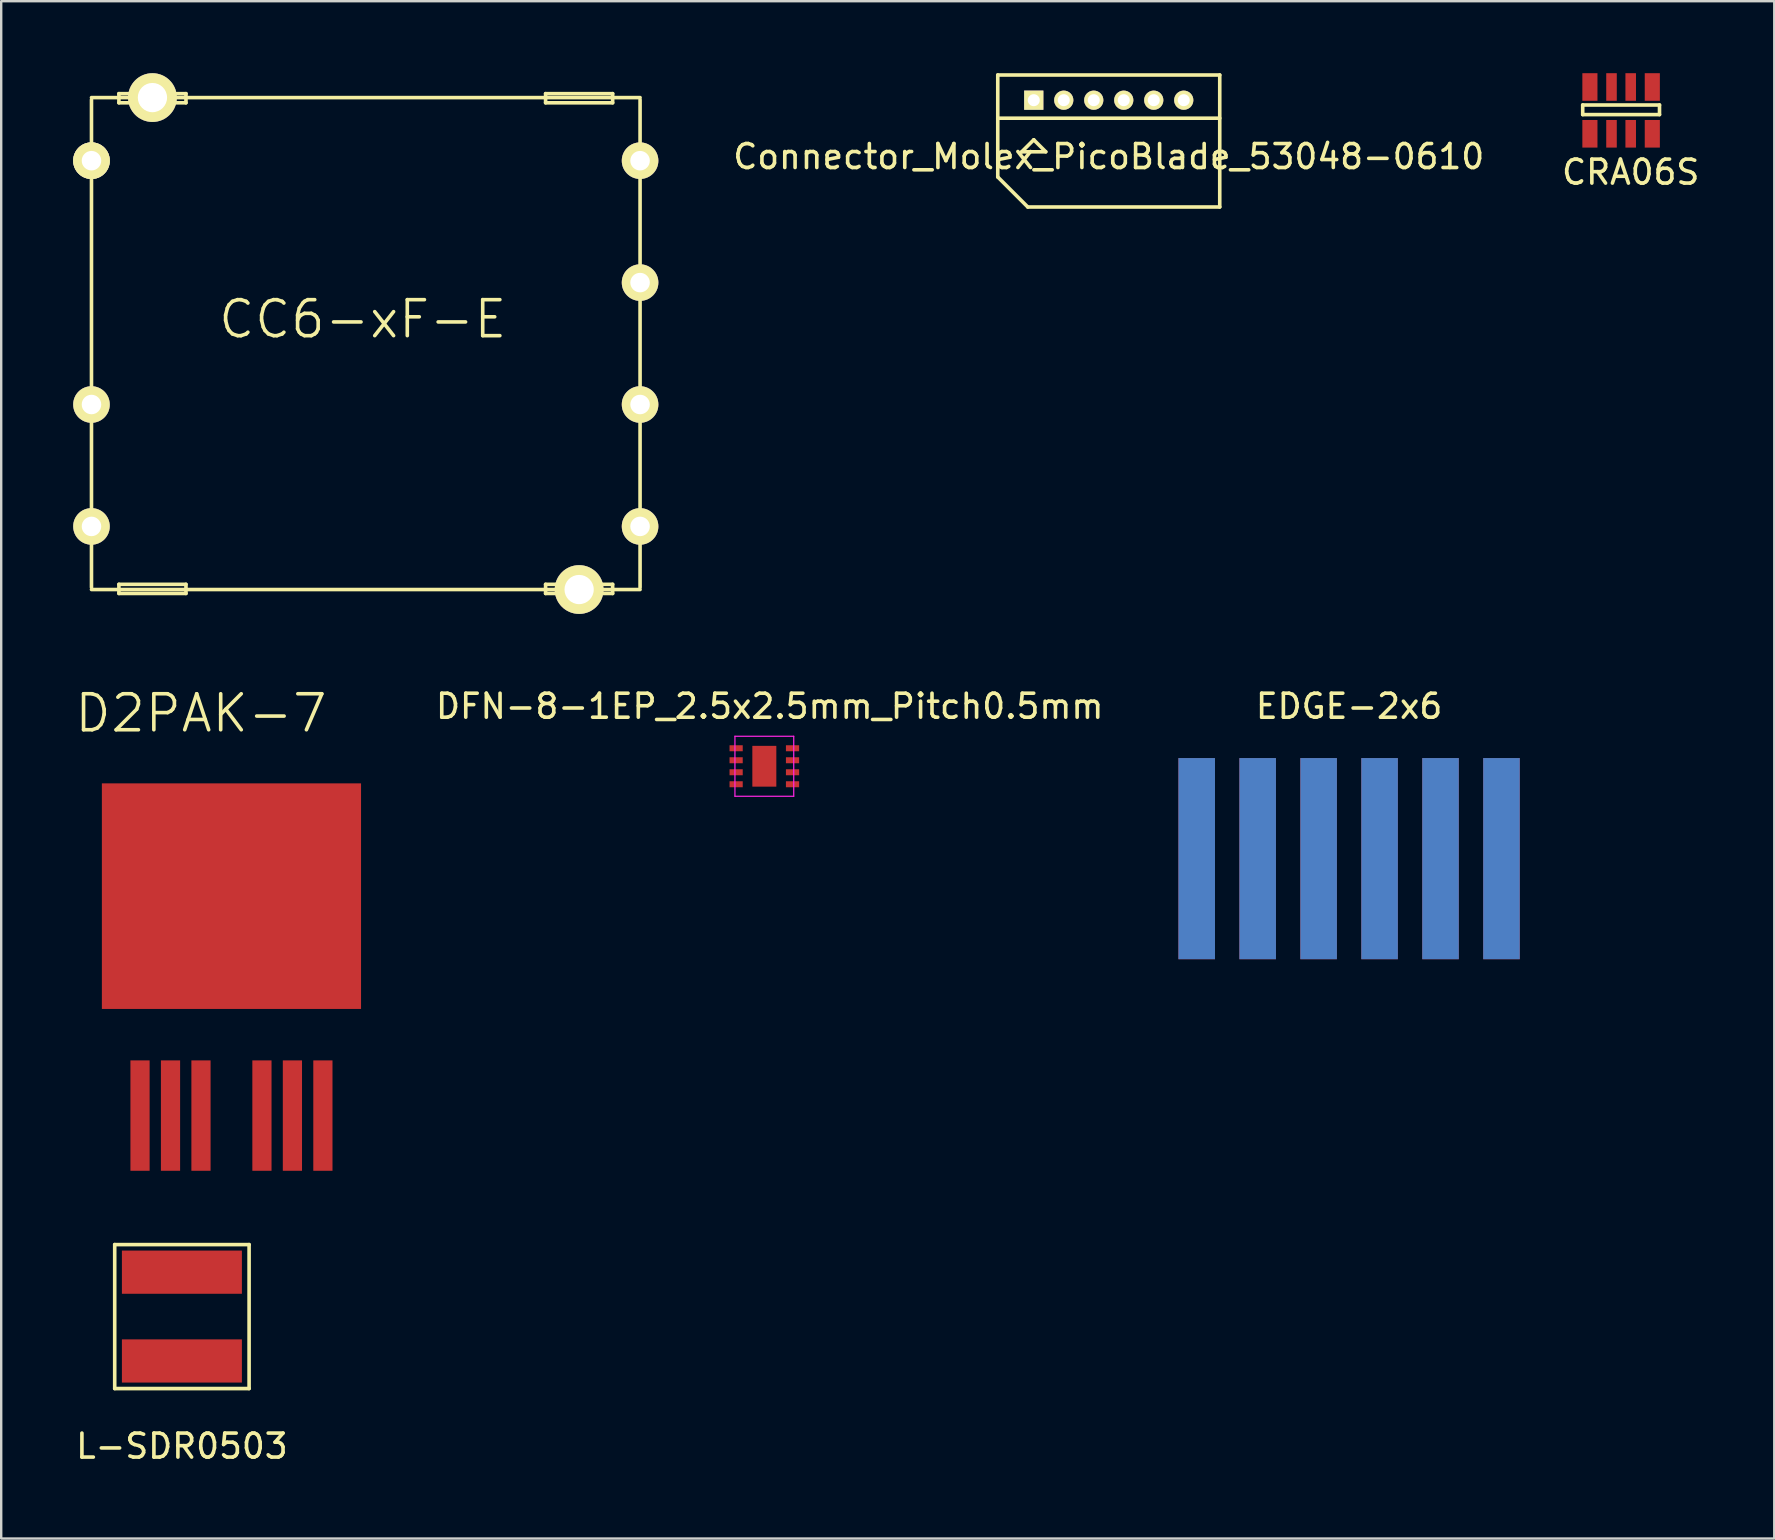
<source format=kicad_pcb>
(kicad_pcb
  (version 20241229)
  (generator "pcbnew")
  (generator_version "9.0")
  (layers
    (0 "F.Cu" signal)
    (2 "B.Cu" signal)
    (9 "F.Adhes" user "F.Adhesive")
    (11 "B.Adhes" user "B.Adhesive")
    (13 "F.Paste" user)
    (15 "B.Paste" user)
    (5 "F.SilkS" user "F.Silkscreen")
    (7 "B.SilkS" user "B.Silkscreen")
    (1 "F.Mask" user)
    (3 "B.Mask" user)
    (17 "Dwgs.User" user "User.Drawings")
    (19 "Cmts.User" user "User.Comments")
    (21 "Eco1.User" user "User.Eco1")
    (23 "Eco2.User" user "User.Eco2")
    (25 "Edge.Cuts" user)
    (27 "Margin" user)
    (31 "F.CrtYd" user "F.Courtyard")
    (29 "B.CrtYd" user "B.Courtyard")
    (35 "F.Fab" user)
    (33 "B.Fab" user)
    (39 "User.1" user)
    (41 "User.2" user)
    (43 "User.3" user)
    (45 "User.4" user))
  (footprint "D2PAK-7"
    (layer "F.Cu")
    (at 6.595 34.293)
    (property "Reference" "D2PAK-7" (at -1.27 -7.62 0) (layer "F.SilkS") (effects (font (size 1.5 1.5) (thickness 0.15))))
    (attr through_hole)
    (pad "D" smd rect (at 0 0) (size 10.8 9.4) (layers "F.Cu" "F.Mask" "F.Paste"))
    (pad "G" smd rect (at -3.81 9.144) (size 0.8 4.6) (layers "F.Cu" "F.Mask" "F.Paste"))
    (pad "S" smd rect (at -2.54 9.144) (size 0.8 4.6) (layers "F.Cu" "F.Mask" "F.Paste"))
    (pad "S" smd rect (at -1.27 9.144) (size 0.8 4.6) (layers "F.Cu" "F.Mask" "F.Paste"))
    (pad "S" smd rect (at 1.27 9.144) (size 0.8 4.6) (layers "F.Cu" "F.Mask" "F.Paste"))
    (pad "S" smd rect (at 2.54 9.144) (size 0.8 4.6) (layers "F.Cu" "F.Mask" "F.Paste"))
    (pad "S" smd rect (at 3.81 9.144) (size 0.8 4.6) (layers "F.Cu" "F.Mask" "F.Paste")))
  (footprint "EDGE-2x6"
    (layer "F.Cu")
    (at 53.167 32.73)
    (property "Reference" "EDGE-2x6" (at 0 -6.35 0) (layer "F.SilkS") (effects (font (size 1 1) (thickness 0.15))))
    (attr through_hole)
    (pad "1" connect rect (at -6.35 0) (size 1.524 8.382) (layers "F.Cu" "F.Mask"))
    (pad "2" connect rect (at -6.35 0) (size 1.524 8.382) (layers "B.Cu" "B.Mask"))
    (pad "3" connect rect (at -3.81 0) (size 1.524 8.382) (layers "F.Cu" "F.Mask"))
    (pad "4" connect rect (at -3.81 0) (size 1.524 8.382) (layers "B.Cu" "B.Mask"))
    (pad "5" connect rect (at -1.27 0) (size 1.524 8.382) (layers "F.Cu" "F.Mask"))
    (pad "6" connect rect (at -1.27 0) (size 1.524 8.382) (layers "B.Cu" "B.Mask"))
    (pad "7" connect rect (at 1.27 0) (size 1.524 8.382) (layers "F.Cu" "F.Mask"))
    (pad "8" connect rect (at 1.27 0) (size 1.524 8.382) (layers "B.Cu" "B.Mask"))
    (pad "9" connect rect (at 3.81 0) (size 1.524 8.382) (layers "F.Cu" "F.Mask"))
    (pad "10" connect rect (at 3.81 0) (size 1.524 8.382) (layers "B.Cu" "B.Mask"))
    (pad "11" connect rect (at 6.35 0) (size 1.524 8.382) (layers "F.Cu" "F.Mask"))
    (pad "12" connect rect (at 6.35 0) (size 1.524 8.382) (layers "B.Cu" "B.Mask")))
  (footprint "CRA06S"
    (layer "F.Cu")
    (at 64.102 1.725)
    (property "Reference" "CRA06S" (at 0.8 2.4 0) (layer "F.SilkS") (effects (font (size 1 1) (thickness 0.15))))
    (attr through_hole)
    (fp_line (start -1.2 -0.4) (end 2 -0.4) (stroke (width 0.15) (type solid)) (layer "F.SilkS"))
    (fp_line (start -1.2 0) (end -1.2 -0.4) (stroke (width 0.15) (type solid)) (layer "F.SilkS"))
    (fp_line (start 2 -0.4) (end 2 0) (stroke (width 0.15) (type solid)) (layer "F.SilkS"))
    (fp_line (start 2 0) (end -1.2 0) (stroke (width 0.15) (type solid)) (layer "F.SilkS"))
    (pad "1" smd rect (at -0.9 0.8) (size 0.63 1.15) (layers "F.Cu" "F.Mask" "F.Paste"))
    (pad "2" smd rect (at 0 0.8) (size 0.44 1.15) (layers "F.Cu" "F.Mask" "F.Paste"))
    (pad "3" smd rect (at 0.8 0.8) (size 0.44 1.15) (layers "F.Cu" "F.Mask" "F.Paste"))
    (pad "4" smd rect (at 1.7 0.8) (size 0.63 1.15) (layers "F.Cu" "F.Mask" "F.Paste"))
    (pad "5" smd rect (at 1.7 -1.15) (size 0.63 1.15) (layers "F.Cu" "F.Mask" "F.Paste"))
    (pad "6" smd rect (at 0.8 -1.15) (size 0.44 1.15) (layers "F.Cu" "F.Mask" "F.Paste"))
    (pad "7" smd rect (at 0 -1.15) (size 0.44 1.15) (layers "F.Cu" "F.Mask" "F.Paste"))
    (pad "8" smd rect (at -0.9 -1.15) (size 0.63 1.15) (layers "F.Cu" "F.Mask" "F.Paste")))
  (footprint "CC6-xF-E"
    (layer "F.Cu")
    (at 0.762 3.646)
    (property "Reference" "CC6-xF-E" (at 11.303 6.604 0) (layer "F.SilkS") (effects (font (size 1.5 1.5) (thickness 0.15))))
    (attr through_hole)
    (fp_line (start 0 -2.63) (end 22.86 -2.63) (stroke (width 0.15) (type solid)) (layer "F.SilkS"))
    (fp_line (start 0 -2.54) (end 0 17.78) (stroke (width 0.15) (type solid)) (layer "F.SilkS"))
    (fp_line (start 0 17.87) (end 22.86 17.87) (stroke (width 0.15) (type solid)) (layer "F.SilkS"))
    (fp_line (start 1.143 -2.794) (end 1.143 -2.413) (stroke (width 0.15) (type solid)) (layer "F.SilkS"))
    (fp_line (start 1.143 -2.413) (end 3.937 -2.413) (stroke (width 0.15) (type solid)) (layer "F.SilkS"))
    (fp_line (start 1.143 17.653) (end 3.937 17.653) (stroke (width 0.15) (type solid)) (layer "F.SilkS"))
    (fp_line (start 1.143 18.034) (end 1.143 17.653) (stroke (width 0.15) (type solid)) (layer "F.SilkS"))
    (fp_line (start 3.937 -2.794) (end 1.143 -2.794) (stroke (width 0.15) (type solid)) (layer "F.SilkS"))
    (fp_line (start 3.937 -2.413) (end 3.937 -2.794) (stroke (width 0.15) (type solid)) (layer "F.SilkS"))
    (fp_line (start 3.937 17.653) (end 3.937 18.034) (stroke (width 0.15) (type solid)) (layer "F.SilkS"))
    (fp_line (start 3.937 18.034) (end 1.143 18.034) (stroke (width 0.15) (type solid)) (layer "F.SilkS"))
    (fp_line (start 18.923 -2.794) (end 18.923 -2.413) (stroke (width 0.15) (type solid)) (layer "F.SilkS"))
    (fp_line (start 18.923 -2.413) (end 21.717 -2.413) (stroke (width 0.15) (type solid)) (layer "F.SilkS"))
    (fp_line (start 18.923 17.653) (end 21.717 17.653) (stroke (width 0.15) (type solid)) (layer "F.SilkS"))
    (fp_line (start 18.923 18.034) (end 18.923 17.653) (stroke (width 0.15) (type solid)) (layer "F.SilkS"))
    (fp_line (start 21.717 -2.794) (end 18.923 -2.794) (stroke (width 0.15) (type solid)) (layer "F.SilkS"))
    (fp_line (start 21.717 -2.413) (end 21.717 -2.794) (stroke (width 0.15) (type solid)) (layer "F.SilkS"))
    (fp_line (start 21.717 17.653) (end 21.717 18.034) (stroke (width 0.15) (type solid)) (layer "F.SilkS"))
    (fp_line (start 21.717 18.034) (end 18.923 18.034) (stroke (width 0.15) (type solid)) (layer "F.SilkS"))
    (fp_line (start 22.86 -2.54) (end 22.86 17.78) (stroke (width 0.15) (type solid)) (layer "F.SilkS"))
    (pad "1" thru_hole circle (at 0 0) (size 1.524 1.524) (drill 0.711) (layers "*.Cu" "*.Mask" "F.SilkS"))
    (pad "1" thru_hole circle (at 0 0) (size 1.524 1.524) (drill 0.813) (layers "*.Cu" "*.Mask" "F.SilkS"))
    (pad "2" thru_hole circle (at 0 10.16) (size 1.524 1.524) (drill 0.813) (layers "*.Cu" "*.Mask" "F.SilkS"))
    (pad "3" thru_hole circle (at 0 15.24) (size 1.524 1.524) (drill 0.813) (layers "*.Cu" "*.Mask" "F.SilkS"))
    (pad "4" thru_hole circle (at 22.86 15.24) (size 1.524 1.524) (drill 0.813) (layers "*.Cu" "*.Mask" "F.SilkS"))
    (pad "5" thru_hole circle (at 22.86 10.16) (size 1.524 1.524) (drill 0.813) (layers "*.Cu" "*.Mask" "F.SilkS"))
    (pad "6" thru_hole circle (at 22.86 5.08) (size 1.524 1.524) (drill 0.813) (layers "*.Cu" "*.Mask" "F.SilkS"))
    (pad "7" thru_hole circle (at 22.86 0) (size 1.524 1.524) (drill 0.813) (layers "*.Cu" "*.Mask" "F.SilkS"))
    (pad "8" thru_hole circle (at 2.54 -2.63) (size 2.032 2.032) (drill 1.219) (layers "*.Cu" "*.Mask" "F.SilkS"))
    (pad "8" thru_hole circle (at 20.32 17.87) (size 2.032 2.032) (drill 1.219) (layers "*.Cu" "*.Mask" "F.SilkS")))
  (footprint "DFN-8-1EP_2.5x2.5mm_Pitch0.5mm"
    (layer "F.Cu")
    (at 27.625 28.13)
    (property "Reference" "DFN-8-1EP_2.5x2.5mm_Pitch0.5mm" (at 1.4 -1.75 0) (layer "F.SilkS") (effects (font (size 1 1) (thickness 0.15))))
    (attr smd)
    (fp_line (start -0.05 -0.5) (end -0.05 2) (stroke (width 0.05) (type solid)) (layer "F.CrtYd"))
    (fp_line (start -0.05 -0.5) (end 2.4 -0.5) (stroke (width 0.05) (type solid)) (layer "F.CrtYd"))
    (fp_line (start -0.05 2) (end 2.4 2) (stroke (width 0.05) (type solid)) (layer "F.CrtYd"))
    (fp_line (start 2.4 -0.5) (end 2.4 2) (stroke (width 0.05) (type solid)) (layer "F.CrtYd"))
    (pad "1" smd rect (at 0 0) (size 0.55 0.25) (layers "F.Cu" "F.Mask" "F.Paste"))
    (pad "2" smd rect (at 0 0.5) (size 0.55 0.25) (layers "F.Cu" "F.Mask" "F.Paste"))
    (pad "3" smd rect (at 0 1) (size 0.55 0.25) (layers "F.Cu" "F.Mask" "F.Paste"))
    (pad "4" smd rect (at 0 1.5) (size 0.55 0.25) (layers "F.Cu" "F.Mask" "F.Paste"))
    (pad "5" smd rect (at 2.35 1.5) (size 0.55 0.25) (layers "F.Cu" "F.Mask" "F.Paste"))
    (pad "6" smd rect (at 2.35 1) (size 0.55 0.25) (layers "F.Cu" "F.Mask" "F.Paste"))
    (pad "7" smd rect (at 2.35 0.5) (size 0.55 0.25) (layers "F.Cu" "F.Mask" "F.Paste"))
    (pad "8" smd rect (at 2.35 0) (size 0.55 0.25) (layers "F.Cu" "F.Mask" "F.Paste"))
    (pad "9" smd rect (at 1.175 0.75) (size 1 1.7) (layers "F.Cu" "F.Mask" "F.Paste")))
  (footprint "L-SDR0503"
    (layer "F.Cu")
    (at 4.53 51.812)
    (property "Reference" "L-SDR0503" (at 0 5.4 0) (layer "F.SilkS") (effects (font (size 1 1) (thickness 0.15))))
    (attr through_hole)
    (fp_line (start -2.8 -3) (end 2.8 -3) (stroke (width 0.15) (type solid)) (layer "F.SilkS"))
    (fp_line (start -2.8 3) (end -2.8 -3) (stroke (width 0.15) (type solid)) (layer "F.SilkS"))
    (fp_line (start 2.8 -3) (end 2.8 3) (stroke (width 0.15) (type solid)) (layer "F.SilkS"))
    (fp_line (start 2.8 3) (end -2.8 3) (stroke (width 0.15) (type solid)) (layer "F.SilkS"))
    (pad "1" smd rect (at 0 1.85) (size 5 1.8) (layers "F.Cu" "F.Mask" "F.Paste"))
    (pad "2" smd rect (at 0 -1.85) (size 5 1.8) (layers "F.Cu" "F.Mask" "F.Paste")))
  (footprint "Connector_Molex_PicoBlade_53048-0610"
    (layer "F.Cu")
    (at 40.027 1.125)
    (property "Reference" "Connector_Molex_PicoBlade_53048-0610" (at 3.125 2.35 0) (layer "F.SilkS") (effects (font (size 1 1) (thickness 0.15))))
    (attr through_hole)
    (fp_line (start -1.5 -1.05) (end 7.75 -1.05) (stroke (width 0.15) (type solid)) (layer "F.SilkS"))
    (fp_line (start -1.5 0.75) (end 7.75 0.75) (stroke (width 0.15) (type solid)) (layer "F.SilkS"))
    (fp_line (start -1.5 3.2) (end -1.5 -1.05) (stroke (width 0.15) (type solid)) (layer "F.SilkS"))
    (fp_line (start -0.5 2.15) (end 0 1.65) (stroke (width 0.15) (type solid)) (layer "F.SilkS"))
    (fp_line (start -0.25 4.45) (end -1.5 3.2) (stroke (width 0.15) (type solid)) (layer "F.SilkS"))
    (fp_line (start 0 1.65) (end 0.5 2.15) (stroke (width 0.15) (type solid)) (layer "F.SilkS"))
    (fp_line (start 0.5 2.15) (end -0.5 2.15) (stroke (width 0.15) (type solid)) (layer "F.SilkS"))
    (fp_line (start 7.75 -1.05) (end 7.75 4.45) (stroke (width 0.15) (type solid)) (layer "F.SilkS"))
    (fp_line (start 7.75 4.45) (end -0.25 4.45) (stroke (width 0.15) (type solid)) (layer "F.SilkS"))
    (pad "1" thru_hole rect (at 0 0) (size 0.8 0.8) (drill 0.5) (layers "*.Cu" "*.Mask" "F.SilkS"))
    (pad "2" thru_hole oval (at 1.25 0) (size 0.8 0.8) (drill 0.5) (layers "*.Cu" "*.Mask" "F.SilkS"))
    (pad "3" thru_hole oval (at 2.5 0) (size 0.8 0.8) (drill 0.5) (layers "*.Cu" "*.Mask" "F.SilkS"))
    (pad "4" thru_hole oval (at 3.75 0) (size 0.8 0.8) (drill 0.5) (layers "*.Cu" "*.Mask" "F.SilkS"))
    (pad "5" thru_hole oval (at 5 0) (size 0.8 0.8) (drill 0.5) (layers "*.Cu" "*.Mask" "F.SilkS"))
    (pad "6" thru_hole oval (at 6.25 0) (size 0.8 0.8) (drill 0.5) (layers "*.Cu" "*.Mask" "F.SilkS")))
  (gr_rect
    (start -3 -3)
    (end 70.884 61.06)
    (stroke (width 0.1) (type default))
    (fill no)
    (layer "Edge.Cuts")))
</source>
